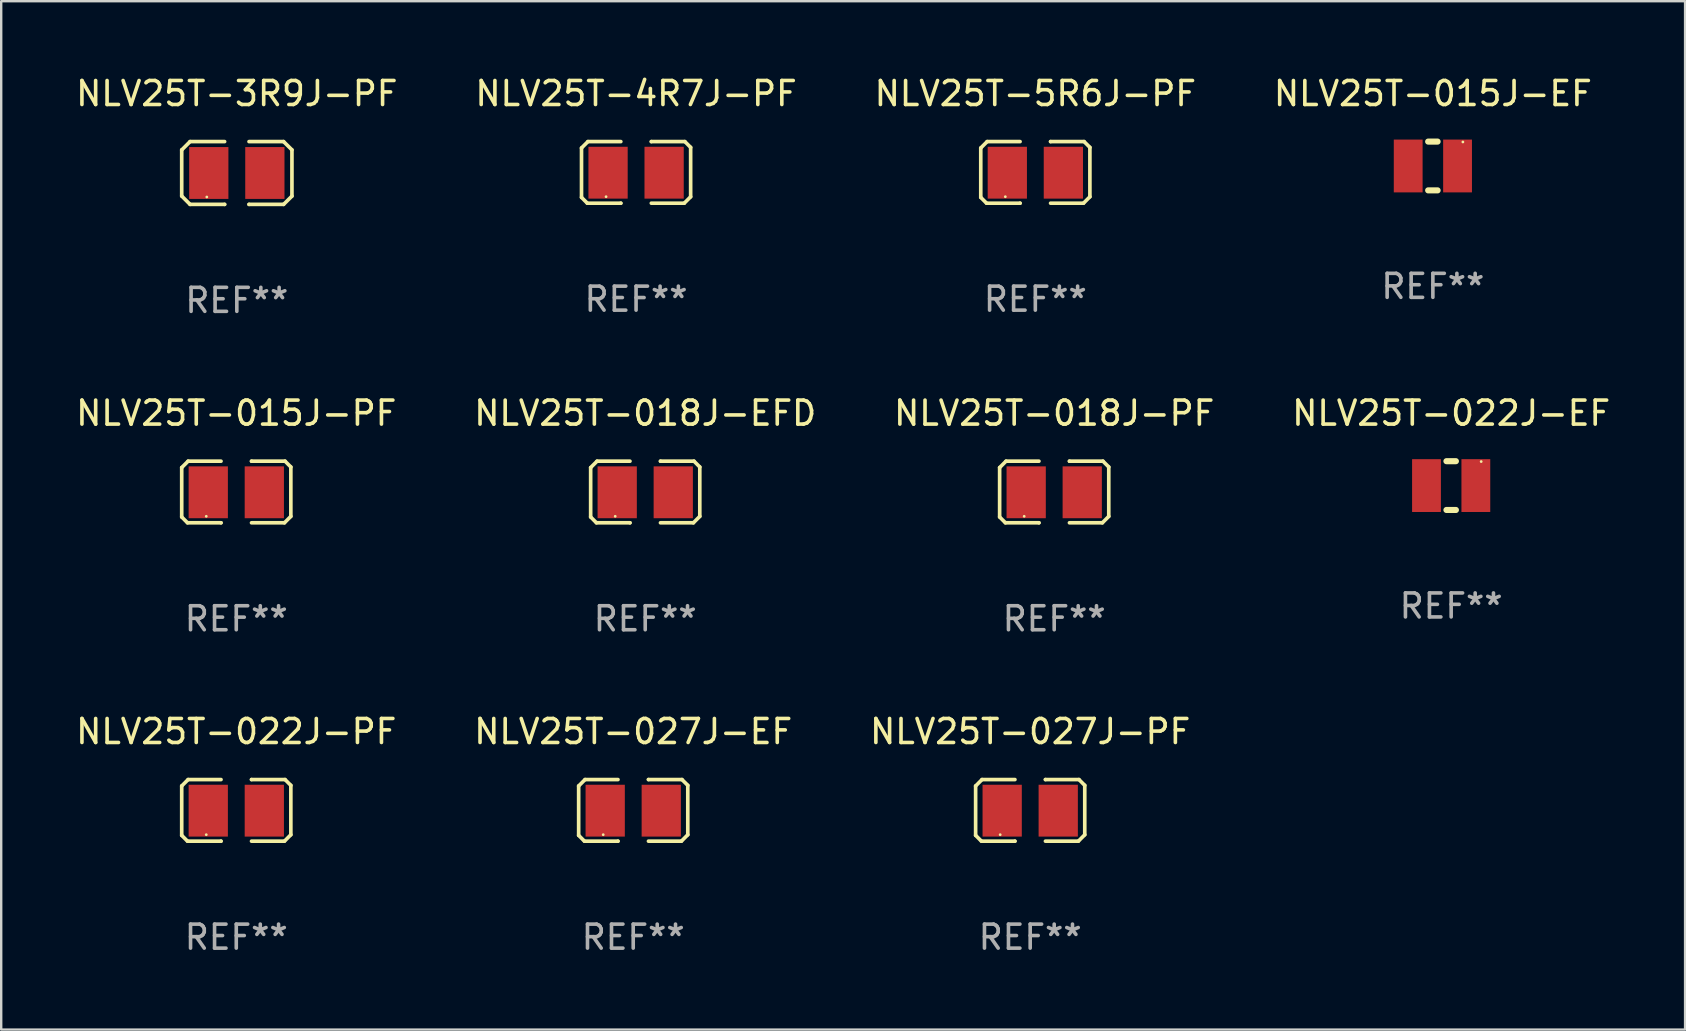
<source format=kicad_pcb>
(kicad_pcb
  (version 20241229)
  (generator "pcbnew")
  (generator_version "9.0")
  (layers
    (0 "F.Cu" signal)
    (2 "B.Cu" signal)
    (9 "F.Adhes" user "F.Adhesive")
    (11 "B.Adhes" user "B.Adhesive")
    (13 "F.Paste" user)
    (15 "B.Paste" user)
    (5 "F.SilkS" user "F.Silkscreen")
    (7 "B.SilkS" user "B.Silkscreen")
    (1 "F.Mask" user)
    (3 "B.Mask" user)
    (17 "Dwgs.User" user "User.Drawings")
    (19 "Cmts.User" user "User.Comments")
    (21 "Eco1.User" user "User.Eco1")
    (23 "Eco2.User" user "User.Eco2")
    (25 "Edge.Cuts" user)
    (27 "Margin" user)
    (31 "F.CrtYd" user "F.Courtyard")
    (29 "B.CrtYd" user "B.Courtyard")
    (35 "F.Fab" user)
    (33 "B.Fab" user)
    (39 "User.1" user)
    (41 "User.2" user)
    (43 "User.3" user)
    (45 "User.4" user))
  (footprint "NLV25T-3R9J-PF"
    (layer "F.Cu")
    (at 6.815 4.156)
    (property "Reference" "NLV25T-3R9J-PF" (at 0 -3.308 0) (layer "F.SilkS") (effects (font (size 1 1) (thickness 0.15))))
    (attr through_hole)
    (fp_line (start -2.296 -0.96) (end -1.948 -1.308) (stroke (width 0.152) (type solid)) (layer "F.SilkS"))
    (fp_line (start -2.296 0.96) (end -2.296 -0.96) (stroke (width 0.152) (type solid)) (layer "F.SilkS"))
    (fp_line (start -1.948 -1.308) (end -0.508 -1.308) (stroke (width 0.152) (type solid)) (layer "F.SilkS"))
    (fp_line (start -1.948 1.308) (end -2.296 0.96) (stroke (width 0.152) (type solid)) (layer "F.SilkS"))
    (fp_line (start -0.508 1.308) (end -1.948 1.308) (stroke (width 0.152) (type solid)) (layer "F.SilkS"))
    (fp_line (start -0.508 1.308) (end -0.508 1.308) (stroke (width 0.152) (type solid)) (layer "F.SilkS"))
    (fp_line (start 0.508 1.308) (end 0.508 1.308) (stroke (width 0.152) (type solid)) (layer "F.SilkS"))
    (fp_line (start 0.508 1.308) (end 1.948 1.308) (stroke (width 0.152) (type solid)) (layer "F.SilkS"))
    (fp_line (start 1.948 -1.308) (end 0.508 -1.308) (stroke (width 0.152) (type solid)) (layer "F.SilkS"))
    (fp_line (start 1.948 1.308) (end 2.296 0.963) (stroke (width 0.152) (type solid)) (layer "F.SilkS"))
    (fp_line (start 2.296 -0.963) (end 1.948 -1.308) (stroke (width 0.152) (type solid)) (layer "F.SilkS"))
    (fp_line (start 2.296 0.963) (end 2.296 -0.963) (stroke (width 0.152) (type solid)) (layer "F.SilkS"))
    (fp_circle (center -1.25 1) (end -1.22 1) (stroke (width 0.06) (type solid)) (fill no) (layer "F.SilkS"))
    (fp_text user "REF**" (at 0 5.308 0) (layer "F.Fab") (effects (font (size 1 1) (thickness 0.15))))
    (pad "1" smd rect (at -1.168 0.000025) (size 1.635 2.16) (layers "F.Cu" "F.Mask" "F.Paste"))
    (pad "2" smd rect (at 1.168 0.000025) (size 1.635 2.16) (layers "F.Cu" "F.Mask" "F.Paste")))
  (footprint "NLV25T-027J-PF"
    (layer "F.Cu")
    (at 39.863 30.706)
    (property "Reference" "NLV25T-027J-PF" (at 0 -3.283 0) (layer "F.SilkS") (effects (font (size 1 1) (thickness 0.15))))
    (attr through_hole)
    (fp_line (start -2.273 -1.016) (end -2.007 -1.283) (stroke (width 0.152) (type solid)) (layer "F.SilkS"))
    (fp_line (start -2.273 1.041) (end -2.273 -1.016) (stroke (width 0.152) (type solid)) (layer "F.SilkS"))
    (fp_line (start -2.032 1.283) (end -2.273 1.041) (stroke (width 0.152) (type solid)) (layer "F.SilkS"))
    (fp_line (start -2.007 -1.283) (end -0.635 -1.283) (stroke (width 0.152) (type solid)) (layer "F.SilkS"))
    (fp_line (start -0.635 1.283) (end -2.032 1.283) (stroke (width 0.152) (type solid)) (layer "F.SilkS"))
    (fp_line (start -0.635 1.283) (end -0.635 1.283) (stroke (width 0.152) (type solid)) (layer "F.SilkS"))
    (fp_line (start 0.635 -1.283) (end 0.635 -1.283) (stroke (width 0.152) (type solid)) (layer "F.SilkS"))
    (fp_line (start 0.635 -1.283) (end 2.032 -1.283) (stroke (width 0.152) (type solid)) (layer "F.SilkS"))
    (fp_line (start 2.007 1.283) (end 0.635 1.283) (stroke (width 0.152) (type solid)) (layer "F.SilkS"))
    (fp_line (start 2.032 -1.283) (end 2.273 -1.041) (stroke (width 0.152) (type solid)) (layer "F.SilkS"))
    (fp_line (start 2.273 -1.041) (end 2.273 1.016) (stroke (width 0.152) (type solid)) (layer "F.SilkS"))
    (fp_line (start 2.273 1.016) (end 2.007 1.283) (stroke (width 0.152) (type solid)) (layer "F.SilkS"))
    (fp_circle (center -1.25 1.013) (end -1.22 1.013) (stroke (width 0.06) (type solid)) (fill no) (layer "F.SilkS"))
    (fp_text user "REF**" (at 0 5.283 0) (layer "F.Fab") (effects (font (size 1 1) (thickness 0.15))))
    (pad "1" smd rect (at -1.167 0.013) (size 1.635 2.16) (layers "F.Cu" "F.Mask" "F.Paste"))
    (pad "2" smd rect (at 1.168 0.013) (size 1.635 2.16) (layers "F.Cu" "F.Mask" "F.Paste")))
  (footprint "NLV25T-022J-EF"
    (layer "F.Cu")
    (at 57.399 17.177)
    (property "Reference" "NLV25T-022J-EF" (at 0 -3.016 0) (layer "F.SilkS") (effects (font (size 1 1) (thickness 0.15))))
    (attr through_hole)
    (fp_line (start -0.197 1.016) (end 0.197 1.016) (stroke (width 0.254) (type solid)) (layer "F.SilkS"))
    (fp_line (start 0.197 -1.016) (end -0.197 -1.016) (stroke (width 0.254) (type solid)) (layer "F.SilkS"))
    (fp_circle (center 1.25 -1) (end 1.28 -1) (stroke (width 0.06) (type solid)) (fill no) (layer "F.SilkS"))
    (fp_text user "REF**" (at 0 5.016 0) (layer "F.Fab") (effects (font (size 1 1) (thickness 0.15))))
    (pad "1" smd rect (at 1.028 0) (size 1.2 2.2) (layers "F.Cu" "F.Mask" "F.Paste"))
    (pad "2" smd rect (at -1.028 0) (size 1.2 2.2) (layers "F.Cu" "F.Mask" "F.Paste")))
  (footprint "NLV25T-015J-EF"
    (layer "F.Cu")
    (at 56.637 3.864)
    (property "Reference" "NLV25T-015J-EF" (at 0 -3.016 0) (layer "F.SilkS") (effects (font (size 1 1) (thickness 0.15))))
    (attr through_hole)
    (fp_line (start -0.197 1.016) (end 0.197 1.016) (stroke (width 0.254) (type solid)) (layer "F.SilkS"))
    (fp_line (start 0.197 -1.016) (end -0.197 -1.016) (stroke (width 0.254) (type solid)) (layer "F.SilkS"))
    (fp_circle (center 1.25 -1) (end 1.28 -1) (stroke (width 0.06) (type solid)) (fill no) (layer "F.SilkS"))
    (fp_text user "REF**" (at 0 5.016 0) (layer "F.Fab") (effects (font (size 1 1) (thickness 0.15))))
    (pad "1" smd rect (at 1.028 0) (size 1.2 2.2) (layers "F.Cu" "F.Mask" "F.Paste"))
    (pad "2" smd rect (at -1.028 0) (size 1.2 2.2) (layers "F.Cu" "F.Mask" "F.Paste")))
  (footprint "NLV25T-018J-PF"
    (layer "F.Cu")
    (at 40.863 17.444)
    (property "Reference" "NLV25T-018J-PF" (at 0 -3.283 0) (layer "F.SilkS") (effects (font (size 1 1) (thickness 0.15))))
    (attr through_hole)
    (fp_line (start -2.273 -1.016) (end -2.007 -1.283) (stroke (width 0.152) (type solid)) (layer "F.SilkS"))
    (fp_line (start -2.273 1.041) (end -2.273 -1.016) (stroke (width 0.152) (type solid)) (layer "F.SilkS"))
    (fp_line (start -2.032 1.283) (end -2.273 1.041) (stroke (width 0.152) (type solid)) (layer "F.SilkS"))
    (fp_line (start -2.007 -1.283) (end -0.635 -1.283) (stroke (width 0.152) (type solid)) (layer "F.SilkS"))
    (fp_line (start -0.635 1.283) (end -2.032 1.283) (stroke (width 0.152) (type solid)) (layer "F.SilkS"))
    (fp_line (start -0.635 1.283) (end -0.635 1.283) (stroke (width 0.152) (type solid)) (layer "F.SilkS"))
    (fp_line (start 0.635 -1.283) (end 0.635 -1.283) (stroke (width 0.152) (type solid)) (layer "F.SilkS"))
    (fp_line (start 0.635 -1.283) (end 2.032 -1.283) (stroke (width 0.152) (type solid)) (layer "F.SilkS"))
    (fp_line (start 2.007 1.283) (end 0.635 1.283) (stroke (width 0.152) (type solid)) (layer "F.SilkS"))
    (fp_line (start 2.032 -1.283) (end 2.273 -1.041) (stroke (width 0.152) (type solid)) (layer "F.SilkS"))
    (fp_line (start 2.273 -1.041) (end 2.273 1.016) (stroke (width 0.152) (type solid)) (layer "F.SilkS"))
    (fp_line (start 2.273 1.016) (end 2.007 1.283) (stroke (width 0.152) (type solid)) (layer "F.SilkS"))
    (fp_circle (center -1.25 1.013) (end -1.22 1.013) (stroke (width 0.06) (type solid)) (fill no) (layer "F.SilkS"))
    (fp_text user "REF**" (at 0 5.283 0) (layer "F.Fab") (effects (font (size 1 1) (thickness 0.15))))
    (pad "1" smd rect (at -1.167 0.013) (size 1.635 2.16) (layers "F.Cu" "F.Mask" "F.Paste"))
    (pad "2" smd rect (at 1.168 0.013) (size 1.635 2.16) (layers "F.Cu" "F.Mask" "F.Paste")))
  (footprint "NLV25T-5R6J-PF"
    (layer "F.Cu")
    (at 40.077 4.131)
    (property "Reference" "NLV25T-5R6J-PF" (at 0 -3.283 0) (layer "F.SilkS") (effects (font (size 1 1) (thickness 0.15))))
    (attr through_hole)
    (fp_line (start -2.273 -1.016) (end -2.007 -1.283) (stroke (width 0.152) (type solid)) (layer "F.SilkS"))
    (fp_line (start -2.273 1.041) (end -2.273 -1.016) (stroke (width 0.152) (type solid)) (layer "F.SilkS"))
    (fp_line (start -2.032 1.283) (end -2.273 1.041) (stroke (width 0.152) (type solid)) (layer "F.SilkS"))
    (fp_line (start -2.007 -1.283) (end -0.635 -1.283) (stroke (width 0.152) (type solid)) (layer "F.SilkS"))
    (fp_line (start -0.635 1.283) (end -2.032 1.283) (stroke (width 0.152) (type solid)) (layer "F.SilkS"))
    (fp_line (start -0.635 1.283) (end -0.635 1.283) (stroke (width 0.152) (type solid)) (layer "F.SilkS"))
    (fp_line (start 0.635 -1.283) (end 0.635 -1.283) (stroke (width 0.152) (type solid)) (layer "F.SilkS"))
    (fp_line (start 0.635 -1.283) (end 2.032 -1.283) (stroke (width 0.152) (type solid)) (layer "F.SilkS"))
    (fp_line (start 2.007 1.283) (end 0.635 1.283) (stroke (width 0.152) (type solid)) (layer "F.SilkS"))
    (fp_line (start 2.032 -1.283) (end 2.273 -1.041) (stroke (width 0.152) (type solid)) (layer "F.SilkS"))
    (fp_line (start 2.273 -1.041) (end 2.273 1.016) (stroke (width 0.152) (type solid)) (layer "F.SilkS"))
    (fp_line (start 2.273 1.016) (end 2.007 1.283) (stroke (width 0.152) (type solid)) (layer "F.SilkS"))
    (fp_circle (center -1.25 1.013) (end -1.22 1.013) (stroke (width 0.06) (type solid)) (fill no) (layer "F.SilkS"))
    (fp_text user "REF**" (at 0 5.283 0) (layer "F.Fab") (effects (font (size 1 1) (thickness 0.15))))
    (pad "1" smd rect (at -1.167 0.013) (size 1.635 2.16) (layers "F.Cu" "F.Mask" "F.Paste"))
    (pad "2" smd rect (at 1.168 0.013) (size 1.635 2.16) (layers "F.Cu" "F.Mask" "F.Paste")))
  (footprint "NLV25T-015J-PF"
    (layer "F.Cu")
    (at 6.792 17.444)
    (property "Reference" "NLV25T-015J-PF" (at 0 -3.283 0) (layer "F.SilkS") (effects (font (size 1 1) (thickness 0.15))))
    (attr through_hole)
    (fp_line (start -2.273 -1.016) (end -2.007 -1.283) (stroke (width 0.152) (type solid)) (layer "F.SilkS"))
    (fp_line (start -2.273 1.041) (end -2.273 -1.016) (stroke (width 0.152) (type solid)) (layer "F.SilkS"))
    (fp_line (start -2.032 1.283) (end -2.273 1.041) (stroke (width 0.152) (type solid)) (layer "F.SilkS"))
    (fp_line (start -2.007 -1.283) (end -0.635 -1.283) (stroke (width 0.152) (type solid)) (layer "F.SilkS"))
    (fp_line (start -0.635 1.283) (end -2.032 1.283) (stroke (width 0.152) (type solid)) (layer "F.SilkS"))
    (fp_line (start -0.635 1.283) (end -0.635 1.283) (stroke (width 0.152) (type solid)) (layer "F.SilkS"))
    (fp_line (start 0.635 -1.283) (end 0.635 -1.283) (stroke (width 0.152) (type solid)) (layer "F.SilkS"))
    (fp_line (start 0.635 -1.283) (end 2.032 -1.283) (stroke (width 0.152) (type solid)) (layer "F.SilkS"))
    (fp_line (start 2.007 1.283) (end 0.635 1.283) (stroke (width 0.152) (type solid)) (layer "F.SilkS"))
    (fp_line (start 2.032 -1.283) (end 2.273 -1.041) (stroke (width 0.152) (type solid)) (layer "F.SilkS"))
    (fp_line (start 2.273 -1.041) (end 2.273 1.016) (stroke (width 0.152) (type solid)) (layer "F.SilkS"))
    (fp_line (start 2.273 1.016) (end 2.007 1.283) (stroke (width 0.152) (type solid)) (layer "F.SilkS"))
    (fp_circle (center -1.25 1.013) (end -1.22 1.013) (stroke (width 0.06) (type solid)) (fill no) (layer "F.SilkS"))
    (fp_text user "REF**" (at 0 5.283 0) (layer "F.Fab") (effects (font (size 1 1) (thickness 0.15))))
    (pad "1" smd rect (at -1.167 0.013) (size 1.635 2.16) (layers "F.Cu" "F.Mask" "F.Paste"))
    (pad "2" smd rect (at 1.168 0.013) (size 1.635 2.16) (layers "F.Cu" "F.Mask" "F.Paste")))
  (footprint "NLV25T-022J-PF"
    (layer "F.Cu")
    (at 6.792 30.706)
    (property "Reference" "NLV25T-022J-PF" (at 0 -3.283 0) (layer "F.SilkS") (effects (font (size 1 1) (thickness 0.15))))
    (attr through_hole)
    (fp_line (start -2.273 -1.016) (end -2.007 -1.283) (stroke (width 0.152) (type solid)) (layer "F.SilkS"))
    (fp_line (start -2.273 1.041) (end -2.273 -1.016) (stroke (width 0.152) (type solid)) (layer "F.SilkS"))
    (fp_line (start -2.032 1.283) (end -2.273 1.041) (stroke (width 0.152) (type solid)) (layer "F.SilkS"))
    (fp_line (start -2.007 -1.283) (end -0.635 -1.283) (stroke (width 0.152) (type solid)) (layer "F.SilkS"))
    (fp_line (start -0.635 1.283) (end -2.032 1.283) (stroke (width 0.152) (type solid)) (layer "F.SilkS"))
    (fp_line (start -0.635 1.283) (end -0.635 1.283) (stroke (width 0.152) (type solid)) (layer "F.SilkS"))
    (fp_line (start 0.635 -1.283) (end 0.635 -1.283) (stroke (width 0.152) (type solid)) (layer "F.SilkS"))
    (fp_line (start 0.635 -1.283) (end 2.032 -1.283) (stroke (width 0.152) (type solid)) (layer "F.SilkS"))
    (fp_line (start 2.007 1.283) (end 0.635 1.283) (stroke (width 0.152) (type solid)) (layer "F.SilkS"))
    (fp_line (start 2.032 -1.283) (end 2.273 -1.041) (stroke (width 0.152) (type solid)) (layer "F.SilkS"))
    (fp_line (start 2.273 -1.041) (end 2.273 1.016) (stroke (width 0.152) (type solid)) (layer "F.SilkS"))
    (fp_line (start 2.273 1.016) (end 2.007 1.283) (stroke (width 0.152) (type solid)) (layer "F.SilkS"))
    (fp_circle (center -1.25 1.013) (end -1.22 1.013) (stroke (width 0.06) (type solid)) (fill no) (layer "F.SilkS"))
    (fp_text user "REF**" (at 0 5.283 0) (layer "F.Fab") (effects (font (size 1 1) (thickness 0.15))))
    (pad "1" smd rect (at -1.167 0.013) (size 1.635 2.16) (layers "F.Cu" "F.Mask" "F.Paste"))
    (pad "2" smd rect (at 1.168 0.013) (size 1.635 2.16) (layers "F.Cu" "F.Mask" "F.Paste")))
  (footprint "NLV25T-018J-EFD"
    (layer "F.Cu")
    (at 23.827 17.444)
    (property "Reference" "NLV25T-018J-EFD" (at 0 -3.283 0) (layer "F.SilkS") (effects (font (size 1 1) (thickness 0.15))))
    (attr through_hole)
    (fp_line (start -2.273 -1.016) (end -2.007 -1.283) (stroke (width 0.152) (type solid)) (layer "F.SilkS"))
    (fp_line (start -2.273 1.041) (end -2.273 -1.016) (stroke (width 0.152) (type solid)) (layer "F.SilkS"))
    (fp_line (start -2.032 1.283) (end -2.273 1.041) (stroke (width 0.152) (type solid)) (layer "F.SilkS"))
    (fp_line (start -2.007 -1.283) (end -0.635 -1.283) (stroke (width 0.152) (type solid)) (layer "F.SilkS"))
    (fp_line (start -0.635 1.283) (end -2.032 1.283) (stroke (width 0.152) (type solid)) (layer "F.SilkS"))
    (fp_line (start -0.635 1.283) (end -0.635 1.283) (stroke (width 0.152) (type solid)) (layer "F.SilkS"))
    (fp_line (start 0.635 -1.283) (end 0.635 -1.283) (stroke (width 0.152) (type solid)) (layer "F.SilkS"))
    (fp_line (start 0.635 -1.283) (end 2.032 -1.283) (stroke (width 0.152) (type solid)) (layer "F.SilkS"))
    (fp_line (start 2.007 1.283) (end 0.635 1.283) (stroke (width 0.152) (type solid)) (layer "F.SilkS"))
    (fp_line (start 2.032 -1.283) (end 2.273 -1.041) (stroke (width 0.152) (type solid)) (layer "F.SilkS"))
    (fp_line (start 2.273 -1.041) (end 2.273 1.016) (stroke (width 0.152) (type solid)) (layer "F.SilkS"))
    (fp_line (start 2.273 1.016) (end 2.007 1.283) (stroke (width 0.152) (type solid)) (layer "F.SilkS"))
    (fp_circle (center -1.25 1.013) (end -1.22 1.013) (stroke (width 0.06) (type solid)) (fill no) (layer "F.SilkS"))
    (fp_text user "REF**" (at 0 5.283 0) (layer "F.Fab") (effects (font (size 1 1) (thickness 0.15))))
    (pad "1" smd rect (at -1.167 0.013) (size 1.635 2.16) (layers "F.Cu" "F.Mask" "F.Paste"))
    (pad "2" smd rect (at 1.168 0.013) (size 1.635 2.16) (layers "F.Cu" "F.Mask" "F.Paste")))
  (footprint "NLV25T-4R7J-PF"
    (layer "F.Cu")
    (at 23.446 4.131)
    (property "Reference" "NLV25T-4R7J-PF" (at 0 -3.283 0) (layer "F.SilkS") (effects (font (size 1 1) (thickness 0.15))))
    (attr through_hole)
    (fp_line (start -2.273 -1.016) (end -2.007 -1.283) (stroke (width 0.152) (type solid)) (layer "F.SilkS"))
    (fp_line (start -2.273 1.041) (end -2.273 -1.016) (stroke (width 0.152) (type solid)) (layer "F.SilkS"))
    (fp_line (start -2.032 1.283) (end -2.273 1.041) (stroke (width 0.152) (type solid)) (layer "F.SilkS"))
    (fp_line (start -2.007 -1.283) (end -0.635 -1.283) (stroke (width 0.152) (type solid)) (layer "F.SilkS"))
    (fp_line (start -0.635 1.283) (end -2.032 1.283) (stroke (width 0.152) (type solid)) (layer "F.SilkS"))
    (fp_line (start -0.635 1.283) (end -0.635 1.283) (stroke (width 0.152) (type solid)) (layer "F.SilkS"))
    (fp_line (start 0.635 -1.283) (end 0.635 -1.283) (stroke (width 0.152) (type solid)) (layer "F.SilkS"))
    (fp_line (start 0.635 -1.283) (end 2.032 -1.283) (stroke (width 0.152) (type solid)) (layer "F.SilkS"))
    (fp_line (start 2.007 1.283) (end 0.635 1.283) (stroke (width 0.152) (type solid)) (layer "F.SilkS"))
    (fp_line (start 2.032 -1.283) (end 2.273 -1.041) (stroke (width 0.152) (type solid)) (layer "F.SilkS"))
    (fp_line (start 2.273 -1.041) (end 2.273 1.016) (stroke (width 0.152) (type solid)) (layer "F.SilkS"))
    (fp_line (start 2.273 1.016) (end 2.007 1.283) (stroke (width 0.152) (type solid)) (layer "F.SilkS"))
    (fp_circle (center -1.25 1.013) (end -1.22 1.013) (stroke (width 0.06) (type solid)) (fill no) (layer "F.SilkS"))
    (fp_text user "REF**" (at 0 5.283 0) (layer "F.Fab") (effects (font (size 1 1) (thickness 0.15))))
    (pad "1" smd rect (at -1.167 0.013) (size 1.635 2.16) (layers "F.Cu" "F.Mask" "F.Paste"))
    (pad "2" smd rect (at 1.168 0.013) (size 1.635 2.16) (layers "F.Cu" "F.Mask" "F.Paste")))
  (footprint "NLV25T-027J-EF"
    (layer "F.Cu")
    (at 23.327 30.706)
    (property "Reference" "NLV25T-027J-EF" (at 0 -3.283 0) (layer "F.SilkS") (effects (font (size 1 1) (thickness 0.15))))
    (attr through_hole)
    (fp_line (start -2.273 -1.016) (end -2.007 -1.283) (stroke (width 0.152) (type solid)) (layer "F.SilkS"))
    (fp_line (start -2.273 1.041) (end -2.273 -1.016) (stroke (width 0.152) (type solid)) (layer "F.SilkS"))
    (fp_line (start -2.032 1.283) (end -2.273 1.041) (stroke (width 0.152) (type solid)) (layer "F.SilkS"))
    (fp_line (start -2.007 -1.283) (end -0.635 -1.283) (stroke (width 0.152) (type solid)) (layer "F.SilkS"))
    (fp_line (start -0.635 1.283) (end -2.032 1.283) (stroke (width 0.152) (type solid)) (layer "F.SilkS"))
    (fp_line (start -0.635 1.283) (end -0.635 1.283) (stroke (width 0.152) (type solid)) (layer "F.SilkS"))
    (fp_line (start 0.635 -1.283) (end 0.635 -1.283) (stroke (width 0.152) (type solid)) (layer "F.SilkS"))
    (fp_line (start 0.635 -1.283) (end 2.032 -1.283) (stroke (width 0.152) (type solid)) (layer "F.SilkS"))
    (fp_line (start 2.007 1.283) (end 0.635 1.283) (stroke (width 0.152) (type solid)) (layer "F.SilkS"))
    (fp_line (start 2.032 -1.283) (end 2.273 -1.041) (stroke (width 0.152) (type solid)) (layer "F.SilkS"))
    (fp_line (start 2.273 -1.041) (end 2.273 1.016) (stroke (width 0.152) (type solid)) (layer "F.SilkS"))
    (fp_line (start 2.273 1.016) (end 2.007 1.283) (stroke (width 0.152) (type solid)) (layer "F.SilkS"))
    (fp_circle (center -1.25 1.013) (end -1.22 1.013) (stroke (width 0.06) (type solid)) (fill no) (layer "F.SilkS"))
    (fp_text user "REF**" (at 0 5.283 0) (layer "F.Fab") (effects (font (size 1 1) (thickness 0.15))))
    (pad "1" smd rect (at -1.167 0.013) (size 1.635 2.16) (layers "F.Cu" "F.Mask" "F.Paste"))
    (pad "2" smd rect (at 1.168 0.013) (size 1.635 2.16) (layers "F.Cu" "F.Mask" "F.Paste")))
  (gr_rect
    (start -3 -3)
    (end 67.143 39.837)
    (stroke (width 0.1) (type default))
    (fill no)
    (layer "Edge.Cuts")))
</source>
